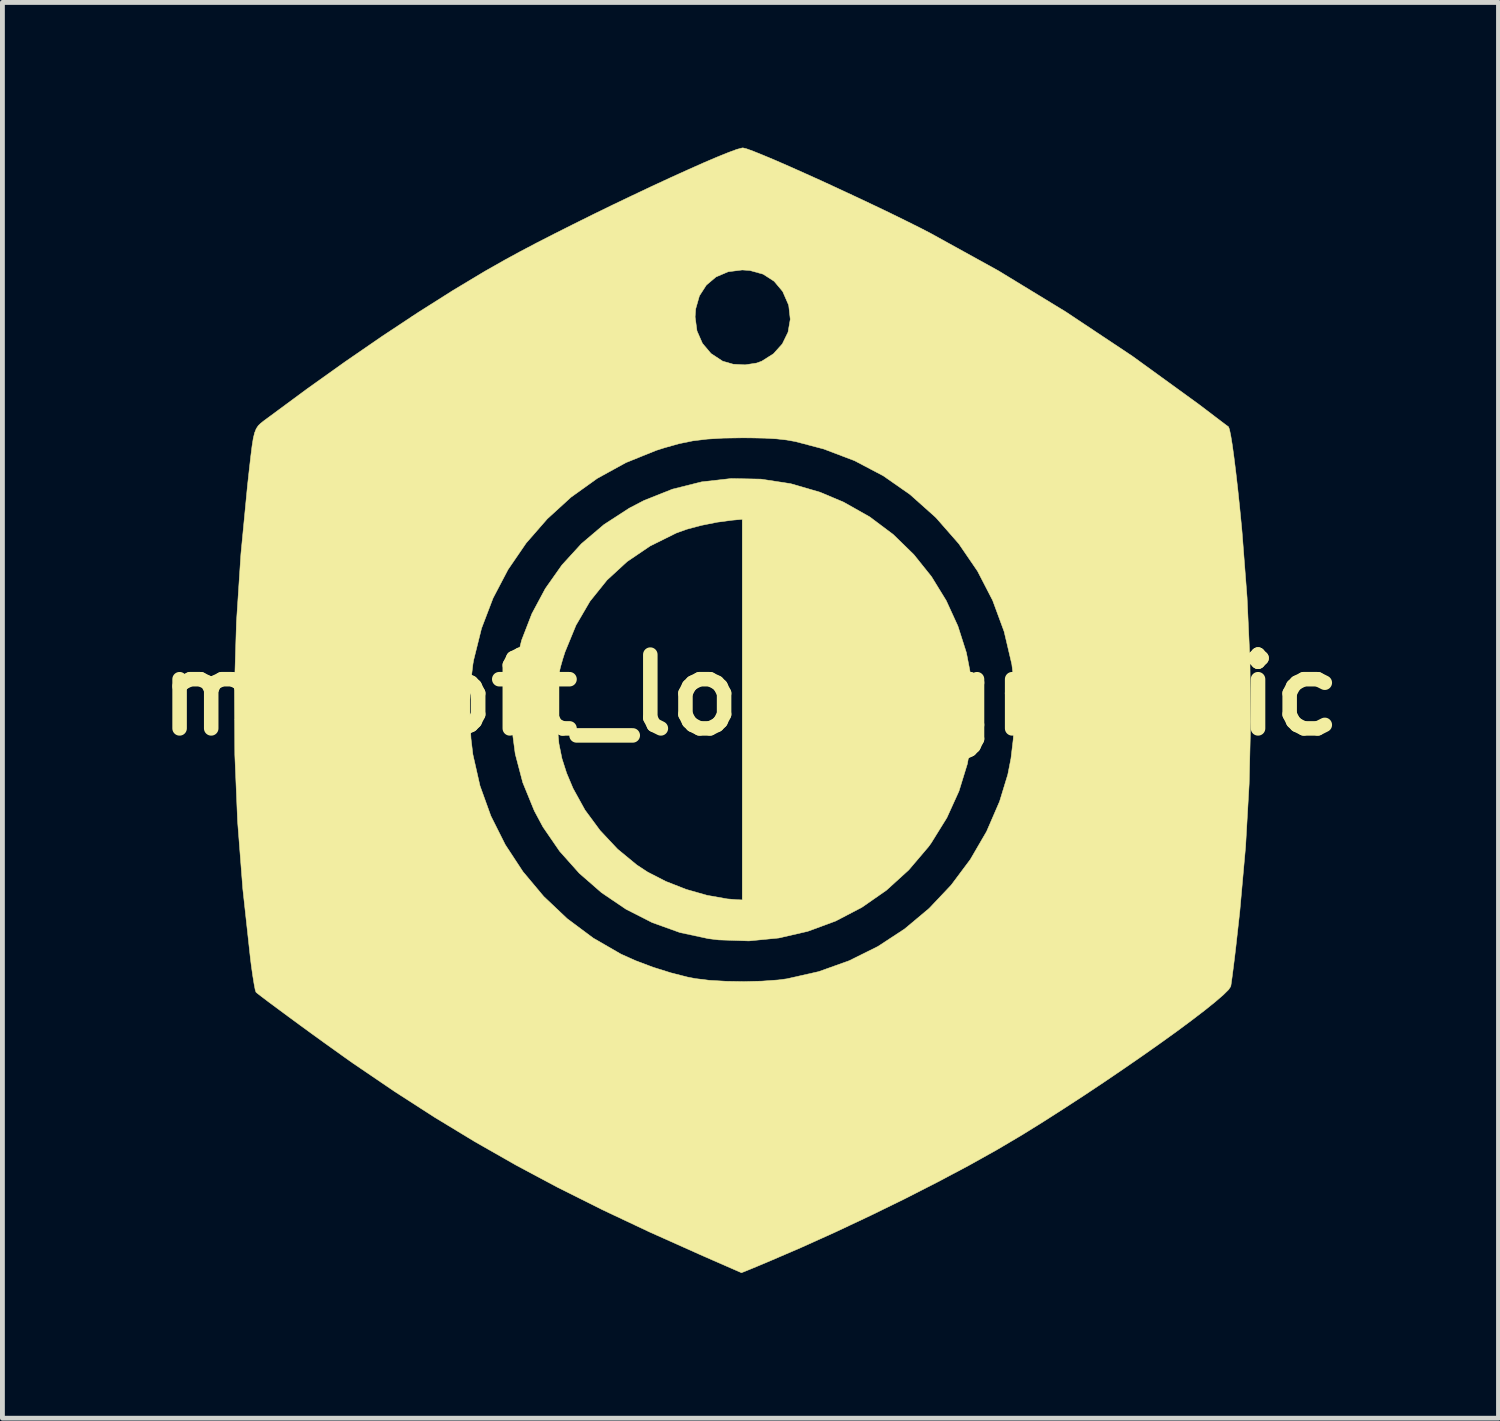
<source format=kicad_pcb>
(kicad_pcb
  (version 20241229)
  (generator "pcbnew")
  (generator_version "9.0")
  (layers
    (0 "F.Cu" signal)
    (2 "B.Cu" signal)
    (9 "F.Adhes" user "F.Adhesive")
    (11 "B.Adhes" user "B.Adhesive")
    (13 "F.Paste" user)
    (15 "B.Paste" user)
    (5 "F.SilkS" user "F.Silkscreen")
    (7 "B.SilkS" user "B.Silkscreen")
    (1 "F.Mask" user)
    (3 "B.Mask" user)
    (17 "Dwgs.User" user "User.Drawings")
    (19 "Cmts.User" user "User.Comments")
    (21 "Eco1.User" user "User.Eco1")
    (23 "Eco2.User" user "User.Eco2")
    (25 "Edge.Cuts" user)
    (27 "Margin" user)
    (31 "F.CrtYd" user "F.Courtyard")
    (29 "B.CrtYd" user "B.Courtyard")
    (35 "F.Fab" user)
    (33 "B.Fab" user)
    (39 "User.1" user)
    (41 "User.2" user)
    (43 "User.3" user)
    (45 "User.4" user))
  (footprint "mycroft_logo_graphic"
    (layer "F.Cu")
    (at 12.453 11.308)
    (property "Reference" "mycroft_logo_graphic" (at 0 0 0) (layer "F.SilkS") (effects (font (size 1.524 1.524) (thickness 0.3))))
    (attr through_hole)
    (fp_poly (pts (xy 0.217 -4.46) (xy 0.831 -4.366) (xy 1.437 -4.19) (xy 1.926 -3.984) (xy 2.466 -3.679) (xy 2.95 -3.316) (xy 3.375 -2.902) (xy 3.741 -2.445) (xy 4.045 -1.95) (xy 4.286 -1.424) (xy 4.461 -0.876) (xy 4.571 -0.31) (xy 4.611 0.266) (xy 4.582 0.845) (xy 4.482 1.421) (xy 4.308 1.986) (xy 4.059 2.534) (xy 3.734 3.058) (xy 3.68 3.133) (xy 3.271 3.614) (xy 2.81 4.033) (xy 2.303 4.386) (xy 1.759 4.67) (xy 1.184 4.882) (xy 0.584 5.02) (xy -0.031 5.08) (xy -0.656 5.059) (xy -0.868 5.033) (xy -1.459 4.906) (xy -2.029 4.701) (xy -2.571 4.425) (xy -3.076 4.083) (xy -3.536 3.682) (xy -3.942 3.227) (xy -4.286 2.726) (xy -4.465 2.392) (xy -4.703 1.809) (xy -4.859 1.216) (xy -4.938 0.619) (xy -4.939 0.275) (xy -3.996 0.275) (xy -3.988 0.669) (xy -3.956 1.006) (xy -3.894 1.312) (xy -3.798 1.612) (xy -3.665 1.928) (xy -3.418 2.376) (xy -3.105 2.8) (xy -2.744 3.184) (xy -2.347 3.511) (xy -2.125 3.657) (xy -1.747 3.851) (xy -1.329 4.015) (xy -0.897 4.138) (xy -0.48 4.212) (xy -0.286 4.228) (xy -0.169 4.233) (xy -0.169 -3.63) (xy -0.37 -3.612) (xy -0.687 -3.57) (xy -1.012 -3.505) (xy -1.313 -3.425) (xy -1.531 -3.347) (xy -2.071 -3.079) (xy -2.549 -2.755) (xy -2.963 -2.374) (xy -3.315 -1.936) (xy -3.604 -1.441) (xy -3.831 -0.888) (xy -3.878 -0.741) (xy -3.924 -0.579) (xy -3.957 -0.437) (xy -3.978 -0.292) (xy -3.989 -0.123) (xy -3.995 0.094) (xy -3.996 0.275) (xy -4.939 0.275) (xy -4.94 0.024) (xy -4.869 -0.561) (xy -4.727 -1.132) (xy -4.515 -1.68) (xy -4.237 -2.199) (xy -3.895 -2.684) (xy -3.491 -3.126) (xy -3.027 -3.52) (xy -2.505 -3.859) (xy -2.198 -4.019) (xy -1.612 -4.252) (xy -1.01 -4.403) (xy -0.399 -4.472) (xy 0.217 -4.46)) (stroke (width 0.01) (type solid)) (fill yes) (layer "F.SilkS"))
    (fp_poly (pts (xy -0.082 -11.285) (xy 0.059 -11.234) (xy 0.257 -11.154) (xy 0.505 -11.05) (xy 0.794 -10.924) (xy 1.115 -10.781) (xy 1.459 -10.626) (xy 1.816 -10.461) (xy 2.179 -10.292) (xy 2.539 -10.122) (xy 2.886 -9.956) (xy 3.212 -9.796) (xy 3.507 -9.649) (xy 3.725 -9.536) (xy 5.12 -8.766) (xy 6.513 -7.917) (xy 7.895 -6.997) (xy 9.256 -6.01) (xy 9.417 -5.888) (xy 9.581 -5.763) (xy 9.721 -5.657) (xy 9.824 -5.579) (xy 9.875 -5.542) (xy 9.876 -5.541) (xy 9.896 -5.488) (xy 9.923 -5.359) (xy 9.955 -5.163) (xy 9.99 -4.907) (xy 10.028 -4.601) (xy 10.068 -4.251) (xy 10.108 -3.868) (xy 10.148 -3.459) (xy 10.158 -3.344) (xy 10.26 -2.013) (xy 10.319 -0.719) (xy 10.333 0.557) (xy 10.303 1.835) (xy 10.229 3.134) (xy 10.109 4.475) (xy 10.03 5.186) (xy 10.001 5.432) (xy 9.973 5.655) (xy 9.949 5.84) (xy 9.931 5.968) (xy 9.923 6.018) (xy 9.88 6.085) (xy 9.77 6.194) (xy 9.602 6.339) (xy 9.382 6.516) (xy 9.114 6.721) (xy 8.807 6.949) (xy 8.465 7.195) (xy 8.096 7.455) (xy 7.705 7.725) (xy 7.299 8.001) (xy 6.884 8.277) (xy 6.466 8.549) (xy 6.052 8.814) (xy 5.648 9.065) (xy 5.609 9.089) (xy 5.088 9.397) (xy 4.5 9.725) (xy 3.859 10.065) (xy 3.179 10.412) (xy 2.473 10.757) (xy 1.755 11.095) (xy 1.039 11.418) (xy 0.407 11.69) (xy 0.203 11.776) (xy 0.028 11.849) (xy -0.102 11.902) (xy -0.175 11.931) (xy -0.185 11.935) (xy -0.224 11.918) (xy -0.329 11.872) (xy -0.489 11.802) (xy -0.693 11.713) (xy -0.93 11.609) (xy -1.037 11.562) (xy -2.081 11.095) (xy -3.054 10.636) (xy -3.972 10.177) (xy -4.847 9.71) (xy -5.693 9.228) (xy -6.524 8.724) (xy -7.353 8.19) (xy -8.194 7.618) (xy -8.198 7.616) (xy -8.37 7.494) (xy -8.577 7.346) (xy -8.809 7.18) (xy -9.054 7.003) (xy -9.301 6.823) (xy -9.539 6.648) (xy -9.758 6.486) (xy -9.947 6.346) (xy -10.094 6.235) (xy -10.189 6.161) (xy -10.214 6.14) (xy -10.231 6.09) (xy -10.254 5.97) (xy -10.282 5.797) (xy -10.312 5.585) (xy -10.329 5.45) (xy -10.487 4.004) (xy -10.595 2.605) (xy -10.652 1.233) (xy -10.659 0.097) (xy -5.794 0.097) (xy -5.794 0.507) (xy -5.773 0.901) (xy -5.734 1.228) (xy -5.587 1.876) (xy -5.362 2.5) (xy -5.064 3.094) (xy -4.699 3.65) (xy -4.271 4.161) (xy -3.785 4.621) (xy -3.247 5.022) (xy -2.674 5.353) (xy -2.365 5.491) (xy -2.011 5.624) (xy -1.644 5.739) (xy -1.3 5.827) (xy -1.139 5.858) (xy -0.847 5.894) (xy -0.501 5.914) (xy -0.131 5.92) (xy 0.235 5.911) (xy 0.566 5.887) (xy 0.752 5.863) (xy 1.411 5.714) (xy 2.04 5.489) (xy 2.634 5.194) (xy 3.186 4.832) (xy 3.692 4.408) (xy 4.146 3.928) (xy 4.543 3.397) (xy 4.879 2.819) (xy 5.147 2.199) (xy 5.317 1.642) (xy 5.382 1.311) (xy 5.428 0.924) (xy 5.454 0.509) (xy 5.458 0.093) (xy 5.441 -0.298) (xy 5.4 -0.635) (xy 5.241 -1.311) (xy 5.004 -1.954) (xy 4.691 -2.56) (xy 4.304 -3.126) (xy 3.844 -3.651) (xy 3.812 -3.683) (xy 3.295 -4.144) (xy 2.743 -4.529) (xy 2.15 -4.841) (xy 1.512 -5.083) (xy 0.931 -5.236) (xy 0.747 -5.269) (xy 0.542 -5.292) (xy 0.3 -5.306) (xy 0.000267 -5.312) (xy -0.169 -5.313) (xy -0.561 -5.307) (xy -0.892 -5.287) (xy -1.188 -5.251) (xy -1.472 -5.193) (xy -1.768 -5.11) (xy -1.945 -5.054) (xy -2.574 -4.8) (xy -3.163 -4.476) (xy -3.706 -4.087) (xy -4.197 -3.639) (xy -4.633 -3.139) (xy -5.008 -2.591) (xy -5.317 -2.002) (xy -5.555 -1.378) (xy -5.718 -0.723) (xy -5.733 -0.638) (xy -5.774 -0.295) (xy -5.794 0.097) (xy -10.659 0.097) (xy -10.66 -0.131) (xy -10.618 -1.506) (xy -10.526 -2.913) (xy -10.391 -4.318) (xy -10.353 -4.664) (xy -10.322 -4.936) (xy -10.296 -5.145) (xy -10.271 -5.302) (xy -10.243 -5.417) (xy -10.21 -5.5) (xy -10.168 -5.564) (xy -10.114 -5.616) (xy -10.045 -5.67) (xy -9.958 -5.734) (xy -9.955 -5.736) (xy -9.159 -6.324) (xy -8.371 -6.886) (xy -7.601 -7.416) (xy -7.004 -7.811) (xy -1.143 -7.811) (xy -1.104 -7.521) (xy -0.992 -7.265) (xy -0.814 -7.054) (xy -0.576 -6.898) (xy -0.572 -6.896) (xy -0.356 -6.834) (xy -0.111 -6.821) (xy 0.125 -6.857) (xy 0.233 -6.896) (xy 0.476 -7.05) (xy 0.659 -7.254) (xy 0.777 -7.496) (xy 0.823 -7.762) (xy 0.792 -8.039) (xy 0.784 -8.067) (xy 0.666 -8.337) (xy 0.49 -8.547) (xy 0.263 -8.694) (xy -0.01 -8.77) (xy -0.169 -8.781) (xy -0.461 -8.744) (xy -0.711 -8.637) (xy -0.911 -8.468) (xy -1.054 -8.246) (xy -1.131 -7.977) (xy -1.143 -7.811) (xy -7.004 -7.811) (xy -6.857 -7.908) (xy -6.149 -8.356) (xy -5.486 -8.754) (xy -5.072 -8.989) (xy -4.765 -9.156) (xy -4.422 -9.337) (xy -4.049 -9.528) (xy -3.655 -9.726) (xy -3.248 -9.928) (xy -2.836 -10.129) (xy -2.426 -10.325) (xy -2.026 -10.514) (xy -1.644 -10.691) (xy -1.288 -10.852) (xy -0.967 -10.995) (xy -0.686 -11.115) (xy -0.455 -11.208) (xy -0.282 -11.272) (xy -0.173 -11.301) (xy -0.155 -11.303) (xy -0.082 -11.285)) (stroke (width 0.01) (type solid)) (fill yes) (layer "F.SilkS")))
  (gr_rect
    (start -3 -3)
    (end 27.907 26.248)
    (stroke (width 0.1) (type default))
    (fill no)
    (layer "Edge.Cuts")))
</source>
